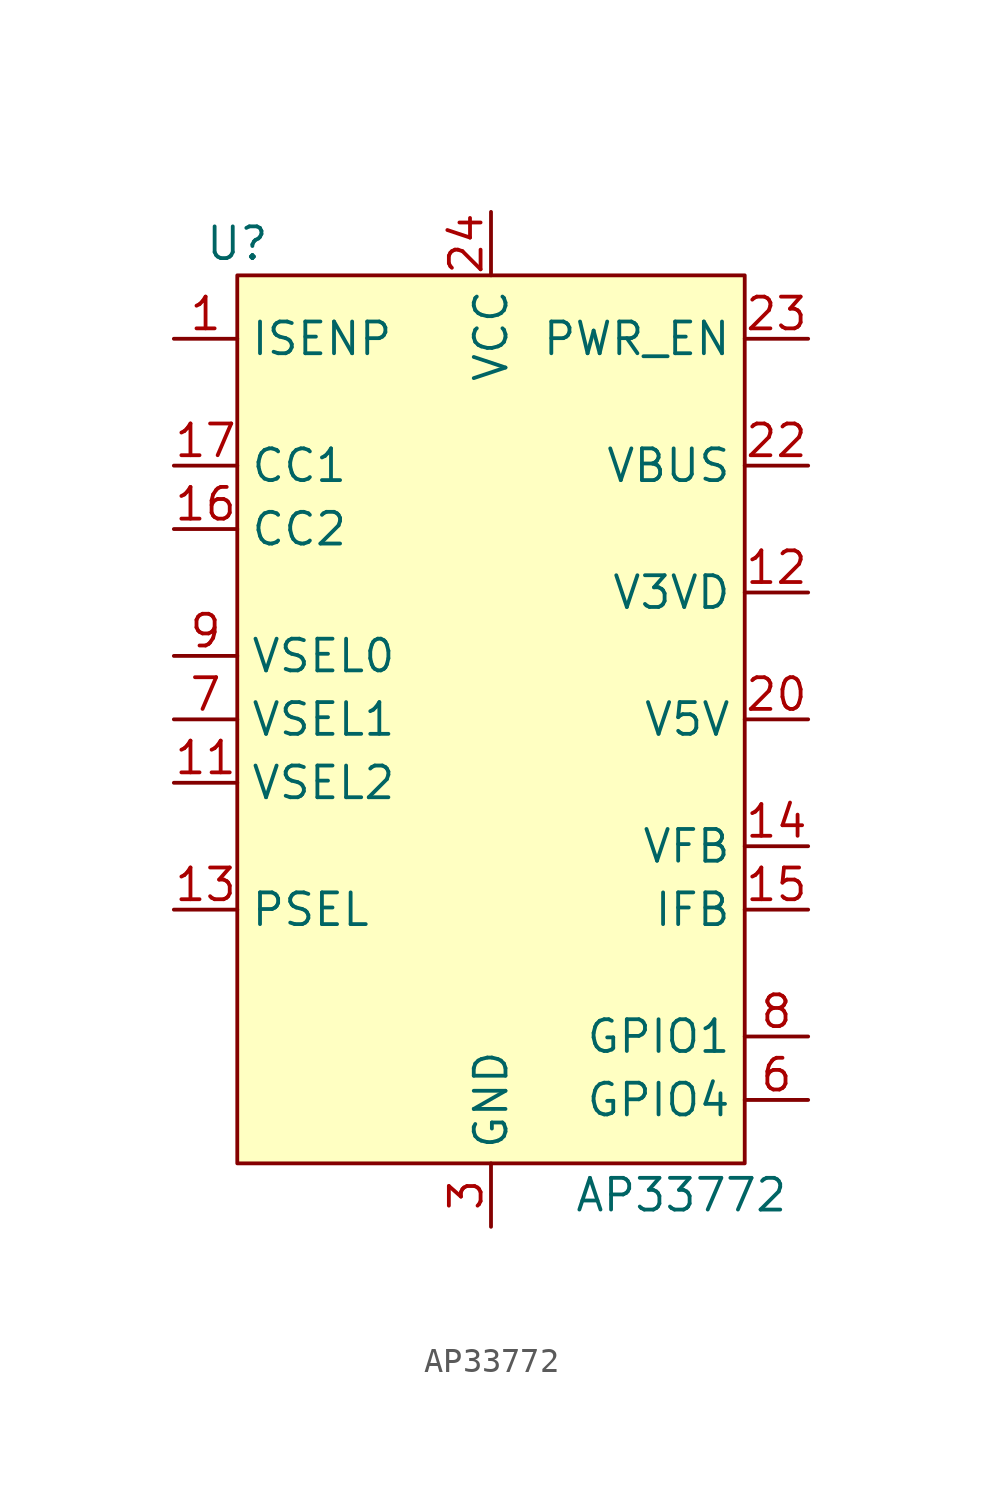
<source format=kicad_sym>
(kicad_symbol_lib
  (version 20241209)
  (generator "kicad_symbol_editor")
  (generator_version "9.0")
  (symbol "AP33772"
    (property "Reference" "U"
      (at -10.16 19.05 0)
      (effects (font (size 1.27 1.27))))
    (property "Value" "AP33772"
      (at 7.62 -19.05 0)
      (effects (font (size 1.27 1.27))))
    (symbol "AP33772_1_1"
      (rectangle (start -10.16 17.78) (end 10.16 -17.78) (stroke (width 0) (type default)) (fill (type background)))
      (pin bidirectional line (at -12.7 15.24 0) (length 2.54) (name "ISENP" (effects (font (size 1.27 1.27)))) (number "1" (effects (font (size 1.27 1.27)))))
      (pin bidirectional line (at -12.7 10.16 0) (length 2.54) (name "CC1" (effects (font (size 1.27 1.27)))) (number "17" (effects (font (size 1.27 1.27)))))
      (pin bidirectional line (at -12.7 7.62 0) (length 2.54) (name "CC2" (effects (font (size 1.27 1.27)))) (number "16" (effects (font (size 1.27 1.27)))))
      (pin bidirectional line (at -12.7 2.54 0) (length 2.54) (name "VSEL0" (effects (font (size 1.27 1.27)))) (number "9" (effects (font (size 1.27 1.27)))))
      (pin bidirectional line (at -12.7 0 0) (length 2.54) (name "VSEL1" (effects (font (size 1.27 1.27)))) (number "7" (effects (font (size 1.27 1.27)))))
      (pin bidirectional line (at -12.7 -2.54 0) (length 2.54) (name "VSEL2" (effects (font (size 1.27 1.27)))) (number "11" (effects (font (size 1.27 1.27)))))
      (pin bidirectional line (at -12.7 -7.62 0) (length 2.54) (name "PSEL" (effects (font (size 1.27 1.27)))) (number "13" (effects (font (size 1.27 1.27)))))
      (pin no_connect line (at -10.16 -10.16 0) (length 2.54) (hide yes) (name "NC" (effects (font (size 1.27 1.27)))) (number "2" (effects (font (size 1.27 1.27)))))
      (pin no_connect line (at -10.16 -12.7 0) (length 2.54) (hide yes) (name "NC" (effects (font (size 1.27 1.27)))) (number "5" (effects (font (size 1.27 1.27)))))
      (pin no_connect line (at -10.16 -15.24 0) (length 2.54) (hide yes) (name "NC" (effects (font (size 1.27 1.27)))) (number "18" (effects (font (size 1.27 1.27)))))
      (pin no_connect line (at -10.16 -17.78 0) (length 2.54) (hide yes) (name "NC" (effects (font (size 1.27 1.27)))) (number "21" (effects (font (size 1.27 1.27)))))
      (pin no_connect line (at -7.62 -10.16 0) (length 2.54) (hide yes) (name "NC" (effects (font (size 1.27 1.27)))) (number "4" (effects (font (size 1.27 1.27)))))
      (pin no_connect line (at -7.62 -12.7 0) (length 2.54) (hide yes) (name "NC" (effects (font (size 1.27 1.27)))) (number "10" (effects (font (size 1.27 1.27)))))
      (pin no_connect line (at -7.62 -15.24 0) (length 2.54) (hide yes) (name "NC" (effects (font (size 1.27 1.27)))) (number "19" (effects (font (size 1.27 1.27)))))
      (pin power_in line (at 0 20.32 270) (length 2.54) (name "VCC" (effects (font (size 1.27 1.27)))) (number "24" (effects (font (size 1.27 1.27)))))
      (pin passive line (at 0 -20.32 90) (length 2.54) (hide yes) (name "GND" (effects (font (size 1.27 1.27)))) (number "25" (effects (font (size 1.27 1.27)))))
      (pin power_in line (at 0 -20.32 90) (length 2.54) (name "GND" (effects (font (size 1.27 1.27)))) (number "3" (effects (font (size 1.27 1.27)))))
      (pin power_in line (at 12.7 15.24 180) (length 2.54) (name "PWR_EN" (effects (font (size 1.27 1.27)))) (number "23" (effects (font (size 1.27 1.27)))))
      (pin power_in line (at 12.7 10.16 180) (length 2.54) (name "VBUS" (effects (font (size 1.27 1.27)))) (number "22" (effects (font (size 1.27 1.27)))))
      (pin power_out line (at 12.7 5.08 180) (length 2.54) (name "V3VD" (effects (font (size 1.27 1.27)))) (number "12" (effects (font (size 1.27 1.27)))))
      (pin power_out line (at 12.7 0 180) (length 2.54) (name "V5V" (effects (font (size 1.27 1.27)))) (number "20" (effects (font (size 1.27 1.27)))))
      (pin input line (at 12.7 -5.08 180) (length 2.54) (name "VFB" (effects (font (size 1.27 1.27)))) (number "14" (effects (font (size 1.27 1.27)))))
      (pin input line (at 12.7 -7.62 180) (length 2.54) (name "IFB" (effects (font (size 1.27 1.27)))) (number "15" (effects (font (size 1.27 1.27)))))
      (pin bidirectional line (at 12.7 -12.7 180) (length 2.54) (name "GPIO1" (effects (font (size 1.27 1.27)))) (number "8" (effects (font (size 1.27 1.27)))))
      (pin bidirectional line (at 12.7 -15.24 180) (length 2.54) (name "GPIO4" (effects (font (size 1.27 1.27)))) (number "6" (effects (font (size 1.27 1.27))))))))
</source>
